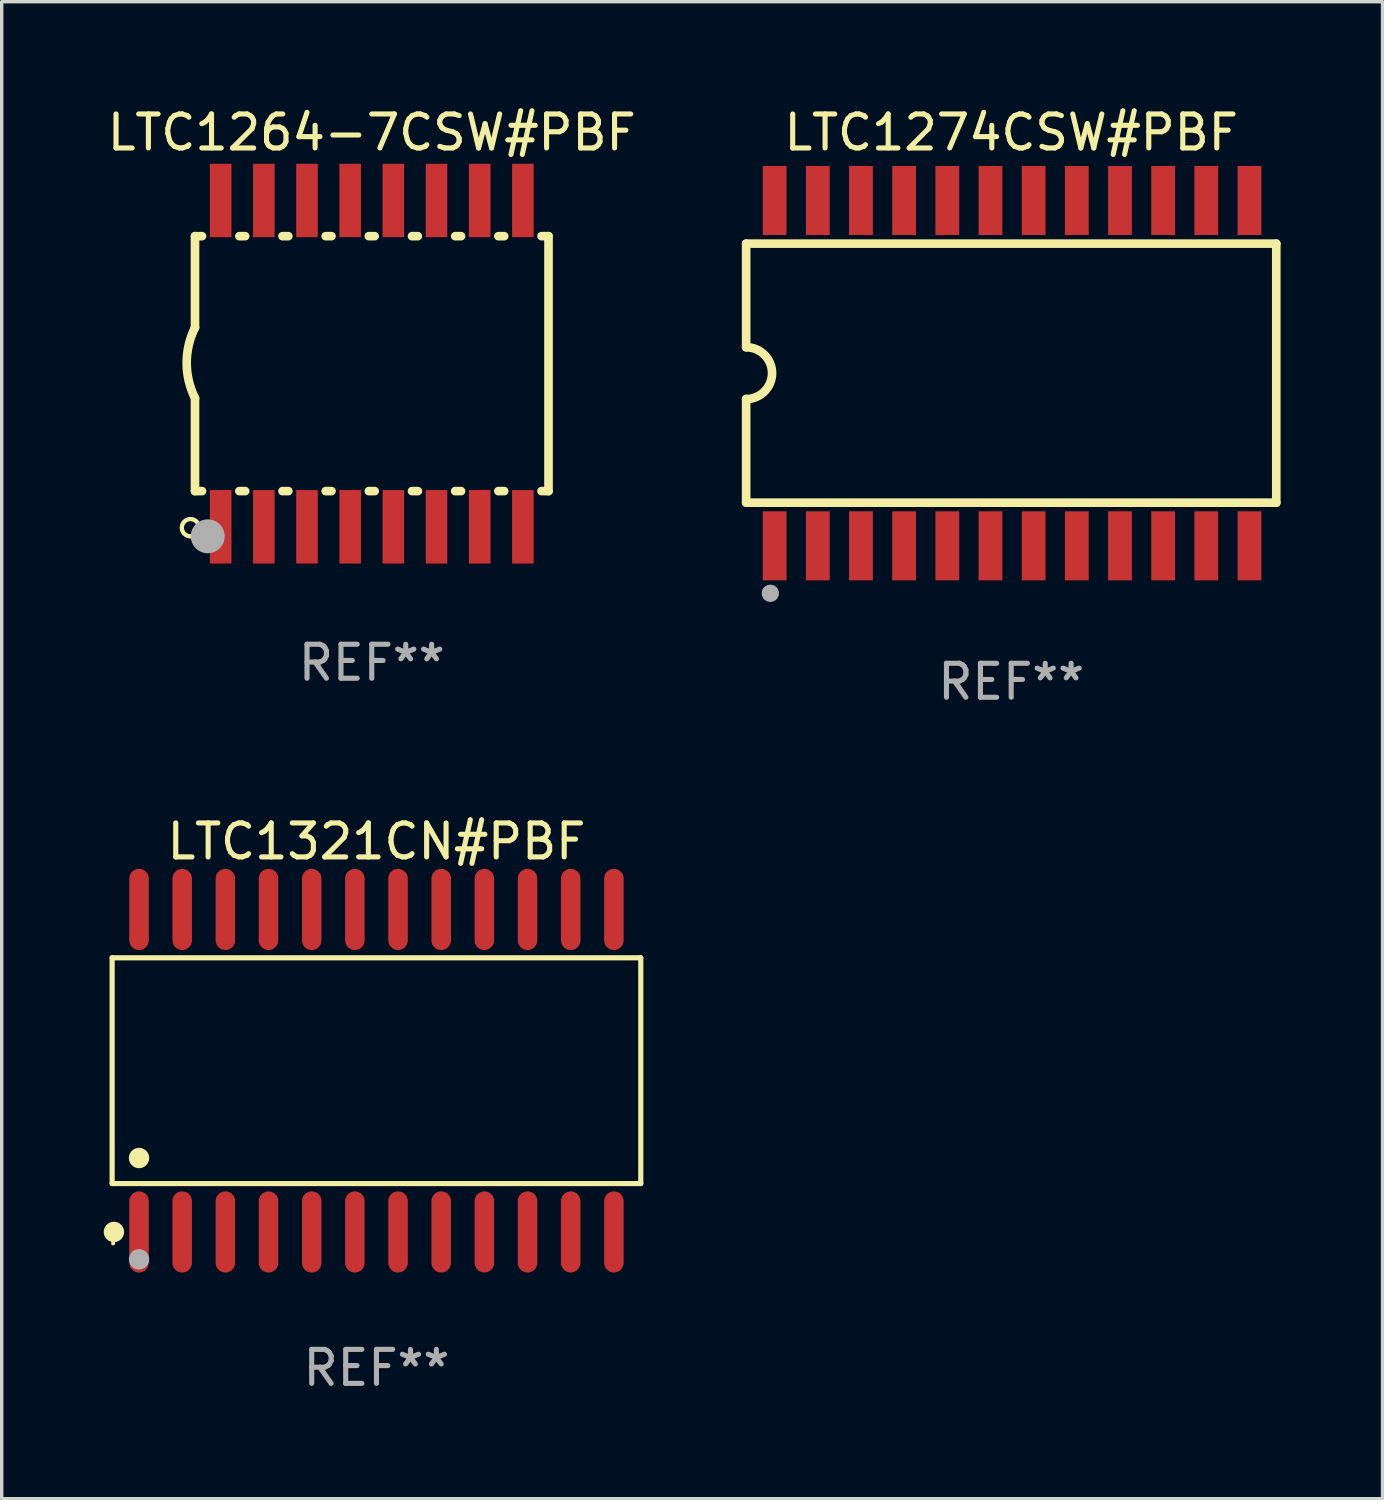
<source format=kicad_pcb>
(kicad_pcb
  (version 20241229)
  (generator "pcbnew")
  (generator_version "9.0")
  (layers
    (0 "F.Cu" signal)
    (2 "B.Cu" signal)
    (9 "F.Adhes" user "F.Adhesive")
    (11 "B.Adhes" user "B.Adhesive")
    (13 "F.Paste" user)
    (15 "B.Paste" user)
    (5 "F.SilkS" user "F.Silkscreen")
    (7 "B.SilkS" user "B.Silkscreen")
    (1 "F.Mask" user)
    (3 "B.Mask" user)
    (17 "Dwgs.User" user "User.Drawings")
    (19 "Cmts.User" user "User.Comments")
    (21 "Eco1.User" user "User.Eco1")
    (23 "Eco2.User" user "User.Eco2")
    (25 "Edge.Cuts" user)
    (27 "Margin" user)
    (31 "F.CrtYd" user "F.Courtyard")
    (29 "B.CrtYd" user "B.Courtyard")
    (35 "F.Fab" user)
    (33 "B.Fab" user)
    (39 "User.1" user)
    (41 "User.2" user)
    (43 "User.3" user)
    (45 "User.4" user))
  (footprint "LTC1264-7CSW#PBF"
    (layer "F.Cu")
    (at 7.887 7.648)
    (property "Reference" "LTC1264-7CSW#PBF" (at 0 -6.8 0) (layer "F.SilkS") (effects (font (size 1 1) (thickness 0.15))))
    (attr through_hole)
    (fp_line (start -5.2 -3.75) (end -5.2 -1.06) (stroke (width 0.254) (type solid)) (layer "F.SilkS"))
    (fp_line (start -5.2 -3.75) (end -4.994 -3.75) (stroke (width 0.254) (type solid)) (layer "F.SilkS"))
    (fp_line (start -5.2 3.75) (end -5.2 1.016) (stroke (width 0.254) (type solid)) (layer "F.SilkS"))
    (fp_line (start -5.2 3.75) (end -4.994 3.75) (stroke (width 0.254) (type solid)) (layer "F.SilkS"))
    (fp_line (start -3.896 -3.75) (end -3.724 -3.75) (stroke (width 0.254) (type solid)) (layer "F.SilkS"))
    (fp_line (start -3.896 3.75) (end -3.724 3.75) (stroke (width 0.254) (type solid)) (layer "F.SilkS"))
    (fp_line (start -2.626 -3.75) (end -2.454 -3.75) (stroke (width 0.254) (type solid)) (layer "F.SilkS"))
    (fp_line (start -2.626 3.75) (end -2.454 3.75) (stroke (width 0.254) (type solid)) (layer "F.SilkS"))
    (fp_line (start -1.356 -3.75) (end -1.184 -3.75) (stroke (width 0.254) (type solid)) (layer "F.SilkS"))
    (fp_line (start -1.356 3.75) (end -1.184 3.75) (stroke (width 0.254) (type solid)) (layer "F.SilkS"))
    (fp_line (start -0.086 -3.75) (end 0.086 -3.75) (stroke (width 0.254) (type solid)) (layer "F.SilkS"))
    (fp_line (start -0.086 3.75) (end 0.086 3.75) (stroke (width 0.254) (type solid)) (layer "F.SilkS"))
    (fp_line (start 1.184 -3.75) (end 1.356 -3.75) (stroke (width 0.254) (type solid)) (layer "F.SilkS"))
    (fp_line (start 1.184 3.75) (end 1.356 3.75) (stroke (width 0.254) (type solid)) (layer "F.SilkS"))
    (fp_line (start 2.454 -3.75) (end 2.626 -3.75) (stroke (width 0.254) (type solid)) (layer "F.SilkS"))
    (fp_line (start 2.454 3.75) (end 2.626 3.75) (stroke (width 0.254) (type solid)) (layer "F.SilkS"))
    (fp_line (start 3.724 -3.75) (end 3.896 -3.75) (stroke (width 0.254) (type solid)) (layer "F.SilkS"))
    (fp_line (start 3.724 3.75) (end 3.896 3.75) (stroke (width 0.254) (type solid)) (layer "F.SilkS"))
    (fp_line (start 4.994 -3.75) (end 5.2 -3.75) (stroke (width 0.254) (type solid)) (layer "F.SilkS"))
    (fp_line (start 4.994 3.75) (end 5.2 3.75) (stroke (width 0.254) (type solid)) (layer "F.SilkS"))
    (fp_line (start 5.2 3.75) (end 5.2 -3.75) (stroke (width 0.254) (type solid)) (layer "F.SilkS"))
    (fp_arc (start -5.199391 1.016002) (mid -5.444637 -0.021925) (end -5.2 -1.059995) (stroke (width 0.254001) (type solid)) (layer "F.SilkS"))
    (fp_circle (center -5.334 4.826) (end -5.08 4.826) (stroke (width 0.127) (type solid)) (fill no) (layer "F.SilkS"))
    (fp_circle (center -5.15 5.15) (end -5.12 5.15) (stroke (width 0.06) (type solid)) (fill no) (layer "F.SilkS"))
    (fp_circle (center -4.826 5.08) (end -4.576 5.08) (stroke (width 0.5) (type solid)) (fill no) (layer "F.Fab"))
    (fp_text user "REF**" (at 0 8.8 0) (layer "F.Fab") (effects (font (size 1 1) (thickness 0.15))))
    (pad "1" smd rect (at -4.445 4.8) (size 0.635 2.16) (layers "F.Cu" "F.Mask" "F.Paste"))
    (pad "2" smd rect (at -3.175 4.8) (size 0.635 2.16) (layers "F.Cu" "F.Mask" "F.Paste"))
    (pad "3" smd rect (at -1.905 4.8) (size 0.635 2.16) (layers "F.Cu" "F.Mask" "F.Paste"))
    (pad "4" smd rect (at -0.635 4.8) (size 0.635 2.16) (layers "F.Cu" "F.Mask" "F.Paste"))
    (pad "5" smd rect (at 0.635 4.8) (size 0.635 2.16) (layers "F.Cu" "F.Mask" "F.Paste"))
    (pad "6" smd rect (at 1.905 4.8) (size 0.635 2.16) (layers "F.Cu" "F.Mask" "F.Paste"))
    (pad "7" smd rect (at 3.175 4.8) (size 0.635 2.16) (layers "F.Cu" "F.Mask" "F.Paste"))
    (pad "8" smd rect (at 4.445 4.8) (size 0.635 2.16) (layers "F.Cu" "F.Mask" "F.Paste"))
    (pad "9" smd rect (at 4.445 -4.8) (size 0.635 2.16) (layers "F.Cu" "F.Mask" "F.Paste"))
    (pad "10" smd rect (at 3.175 -4.8) (size 0.635 2.16) (layers "F.Cu" "F.Mask" "F.Paste"))
    (pad "11" smd rect (at 1.905 -4.8) (size 0.635 2.16) (layers "F.Cu" "F.Mask" "F.Paste"))
    (pad "12" smd rect (at 0.635 -4.8) (size 0.635 2.16) (layers "F.Cu" "F.Mask" "F.Paste"))
    (pad "13" smd rect (at -0.635 -4.8) (size 0.635 2.16) (layers "F.Cu" "F.Mask" "F.Paste"))
    (pad "14" smd rect (at -1.905 -4.8) (size 0.635 2.16) (layers "F.Cu" "F.Mask" "F.Paste"))
    (pad "15" smd rect (at -3.175 -4.8) (size 0.635 2.16) (layers "F.Cu" "F.Mask" "F.Paste"))
    (pad "16" smd rect (at -4.445 -4.8) (size 0.635 2.16) (layers "F.Cu" "F.Mask" "F.Paste")))
  (footprint "LTC1274CSW#PBF"
    (layer "F.Cu")
    (at 26.699 7.928)
    (property "Reference" "LTC1274CSW#PBF" (at 0 -7.08 0) (layer "F.SilkS") (effects (font (size 1 1) (thickness 0.15))))
    (attr through_hole)
    (fp_line (start -7.798 -3.81) (end -7.798 -0.762) (stroke (width 0.254) (type solid)) (layer "F.SilkS"))
    (fp_line (start -7.798 3.81) (end -7.798 0.762) (stroke (width 0.254) (type solid)) (layer "F.SilkS"))
    (fp_line (start 7.798 -3.81) (end -7.798 -3.81) (stroke (width 0.254) (type solid)) (layer "F.SilkS"))
    (fp_line (start 7.798 3.81) (end -7.798 3.81) (stroke (width 0.254) (type solid)) (layer "F.SilkS"))
    (fp_line (start 7.798 3.81) (end 7.798 -3.81) (stroke (width 0.254) (type solid)) (layer "F.SilkS"))
    (fp_arc (start -7.797791 -0.762002) (mid -7.03579 -0.000001) (end -7.79779 0.762002) (stroke (width 0.254001) (type solid)) (layer "F.SilkS"))
    (fp_circle (center -7.825 3.75) (end -7.795 3.75) (stroke (width 0.06) (type solid)) (fill no) (layer "F.SilkS"))
    (fp_circle (center -7.087 6.477) (end -6.96 6.477) (stroke (width 0.254) (type solid)) (fill no) (layer "F.Fab"))
    (fp_text user "REF**" (at 0 9.08 0) (layer "F.Fab") (effects (font (size 1 1) (thickness 0.15))))
    (pad "1" smd rect (at -6.96 5.08 90) (size 2.032 0.7) (layers "F.Cu" "F.Mask" "F.Paste"))
    (pad "2" smd rect (at -5.69 5.08 90) (size 2.032 0.7) (layers "F.Cu" "F.Mask" "F.Paste"))
    (pad "3" smd rect (at -4.42 5.08 90) (size 2.032 0.7) (layers "F.Cu" "F.Mask" "F.Paste"))
    (pad "4" smd rect (at -3.15 5.08 90) (size 2.032 0.7) (layers "F.Cu" "F.Mask" "F.Paste"))
    (pad "5" smd rect (at -1.88 5.08 90) (size 2.032 0.7) (layers "F.Cu" "F.Mask" "F.Paste"))
    (pad "6" smd rect (at -0.61 5.08 90) (size 2.032 0.7) (layers "F.Cu" "F.Mask" "F.Paste"))
    (pad "7" smd rect (at 0.66 5.08 90) (size 2.032 0.7) (layers "F.Cu" "F.Mask" "F.Paste"))
    (pad "8" smd rect (at 1.93 5.08 90) (size 2.032 0.7) (layers "F.Cu" "F.Mask" "F.Paste"))
    (pad "9" smd rect (at 3.2 5.08 90) (size 2.032 0.7) (layers "F.Cu" "F.Mask" "F.Paste"))
    (pad "10" smd rect (at 4.47 5.08 90) (size 2.032 0.7) (layers "F.Cu" "F.Mask" "F.Paste"))
    (pad "11" smd rect (at 5.74 5.08 90) (size 2.032 0.7) (layers "F.Cu" "F.Mask" "F.Paste"))
    (pad "12" smd rect (at 7.01 5.08 90) (size 2.032 0.7) (layers "F.Cu" "F.Mask" "F.Paste"))
    (pad "13" smd rect (at 7.01 -5.08 90) (size 2.032 0.7) (layers "F.Cu" "F.Mask" "F.Paste"))
    (pad "14" smd rect (at 5.74 -5.08 90) (size 2.032 0.7) (layers "F.Cu" "F.Mask" "F.Paste"))
    (pad "15" smd rect (at 4.47 -5.08 90) (size 2.032 0.7) (layers "F.Cu" "F.Mask" "F.Paste"))
    (pad "16" smd rect (at 3.2 -5.08 90) (size 2.032 0.7) (layers "F.Cu" "F.Mask" "F.Paste"))
    (pad "17" smd rect (at 1.93 -5.08 90) (size 2.032 0.7) (layers "F.Cu" "F.Mask" "F.Paste"))
    (pad "18" smd rect (at 0.66 -5.08 90) (size 2.032 0.7) (layers "F.Cu" "F.Mask" "F.Paste"))
    (pad "19" smd rect (at -0.61 -5.08 90) (size 2.032 0.7) (layers "F.Cu" "F.Mask" "F.Paste"))
    (pad "20" smd rect (at -1.88 -5.08 90) (size 2.032 0.7) (layers "F.Cu" "F.Mask" "F.Paste"))
    (pad "21" smd rect (at -3.15 -5.08 90) (size 2.032 0.7) (layers "F.Cu" "F.Mask" "F.Paste"))
    (pad "22" smd rect (at -4.42 -5.08 90) (size 2.032 0.7) (layers "F.Cu" "F.Mask" "F.Paste"))
    (pad "23" smd rect (at -5.69 -5.08 90) (size 2.032 0.7) (layers "F.Cu" "F.Mask" "F.Paste"))
    (pad "24" smd rect (at -6.96 -5.08 90) (size 2.032 0.7) (layers "F.Cu" "F.Mask" "F.Paste")))
  (footprint "LTC1321CN#PBF"
    (layer "F.Cu")
    (at 8.025 28.449)
    (property "Reference" "LTC1321CN#PBF" (at 0 -6.744 0) (layer "F.SilkS") (effects (font (size 1 1) (thickness 0.15))))
    (attr through_hole)
    (fp_line (start -7.776 -3.321) (end 7.776 -3.321) (stroke (width 0.152) (type solid)) (layer "F.SilkS"))
    (fp_line (start -7.776 3.321) (end -7.776 -3.321) (stroke (width 0.152) (type solid)) (layer "F.SilkS"))
    (fp_line (start 7.776 -3.321) (end 7.776 3.321) (stroke (width 0.152) (type solid)) (layer "F.SilkS"))
    (fp_line (start 7.776 3.321) (end -7.776 3.321) (stroke (width 0.152) (type solid)) (layer "F.SilkS"))
    (fp_circle (center -7.747 5.08) (end -7.717 5.08) (stroke (width 0.06) (type solid)) (fill no) (layer "F.SilkS"))
    (fp_circle (center -7.724 4.744) (end -7.574 4.744) (stroke (width 0.3) (type solid)) (fill no) (layer "F.SilkS"))
    (fp_circle (center -6.985 2.569) (end -6.835 2.569) (stroke (width 0.3) (type solid)) (fill no) (layer "F.SilkS"))
    (fp_circle (center -6.985 5.55) (end -6.835 5.55) (stroke (width 0.3) (type solid)) (fill no) (layer "F.Fab"))
    (fp_text user "REF**" (at 0 8.744 0) (layer "F.Fab") (effects (font (size 1 1) (thickness 0.15))))
    (pad "1" smd oval (at -6.985 4.744) (size 0.574 2.388) (layers "F.Cu" "F.Mask" "F.Paste"))
    (pad "2" smd oval (at -5.715 4.744) (size 0.574 2.388) (layers "F.Cu" "F.Mask" "F.Paste"))
    (pad "3" smd oval (at -4.445 4.744) (size 0.574 2.388) (layers "F.Cu" "F.Mask" "F.Paste"))
    (pad "4" smd oval (at -3.175 4.744) (size 0.574 2.388) (layers "F.Cu" "F.Mask" "F.Paste"))
    (pad "5" smd oval (at -1.905 4.744) (size 0.574 2.388) (layers "F.Cu" "F.Mask" "F.Paste"))
    (pad "6" smd oval (at -0.635 4.744) (size 0.574 2.388) (layers "F.Cu" "F.Mask" "F.Paste"))
    (pad "7" smd oval (at 0.635 4.744) (size 0.574 2.388) (layers "F.Cu" "F.Mask" "F.Paste"))
    (pad "8" smd oval (at 1.905 4.744) (size 0.574 2.388) (layers "F.Cu" "F.Mask" "F.Paste"))
    (pad "9" smd oval (at 3.175 4.744) (size 0.574 2.388) (layers "F.Cu" "F.Mask" "F.Paste"))
    (pad "10" smd oval (at 4.445 4.744) (size 0.574 2.388) (layers "F.Cu" "F.Mask" "F.Paste"))
    (pad "11" smd oval (at 5.715 4.744) (size 0.574 2.388) (layers "F.Cu" "F.Mask" "F.Paste"))
    (pad "12" smd oval (at 6.985 4.744) (size 0.574 2.388) (layers "F.Cu" "F.Mask" "F.Paste"))
    (pad "13" smd oval (at 6.985 -4.744) (size 0.574 2.388) (layers "F.Cu" "F.Mask" "F.Paste"))
    (pad "14" smd oval (at 5.715 -4.744) (size 0.574 2.388) (layers "F.Cu" "F.Mask" "F.Paste"))
    (pad "15" smd oval (at 4.445 -4.744) (size 0.574 2.388) (layers "F.Cu" "F.Mask" "F.Paste"))
    (pad "16" smd oval (at 3.175 -4.744) (size 0.574 2.388) (layers "F.Cu" "F.Mask" "F.Paste"))
    (pad "17" smd oval (at 1.905 -4.744) (size 0.574 2.388) (layers "F.Cu" "F.Mask" "F.Paste"))
    (pad "18" smd oval (at 0.635 -4.744) (size 0.574 2.388) (layers "F.Cu" "F.Mask" "F.Paste"))
    (pad "19" smd oval (at -0.635 -4.744) (size 0.574 2.388) (layers "F.Cu" "F.Mask" "F.Paste"))
    (pad "20" smd oval (at -1.905 -4.744) (size 0.574 2.388) (layers "F.Cu" "F.Mask" "F.Paste"))
    (pad "21" smd oval (at -3.175 -4.744) (size 0.574 2.388) (layers "F.Cu" "F.Mask" "F.Paste"))
    (pad "22" smd oval (at -4.445 -4.744) (size 0.574 2.388) (layers "F.Cu" "F.Mask" "F.Paste"))
    (pad "23" smd oval (at -5.715 -4.744) (size 0.574 2.388) (layers "F.Cu" "F.Mask" "F.Paste"))
    (pad "24" smd oval (at -6.985 -4.744) (size 0.574 2.388) (layers "F.Cu" "F.Mask" "F.Paste")))
  (gr_rect
    (start -3 -3)
    (end 37.623 41.041)
    (stroke (width 0.1) (type default))
    (fill no)
    (layer "Edge.Cuts")))
</source>
